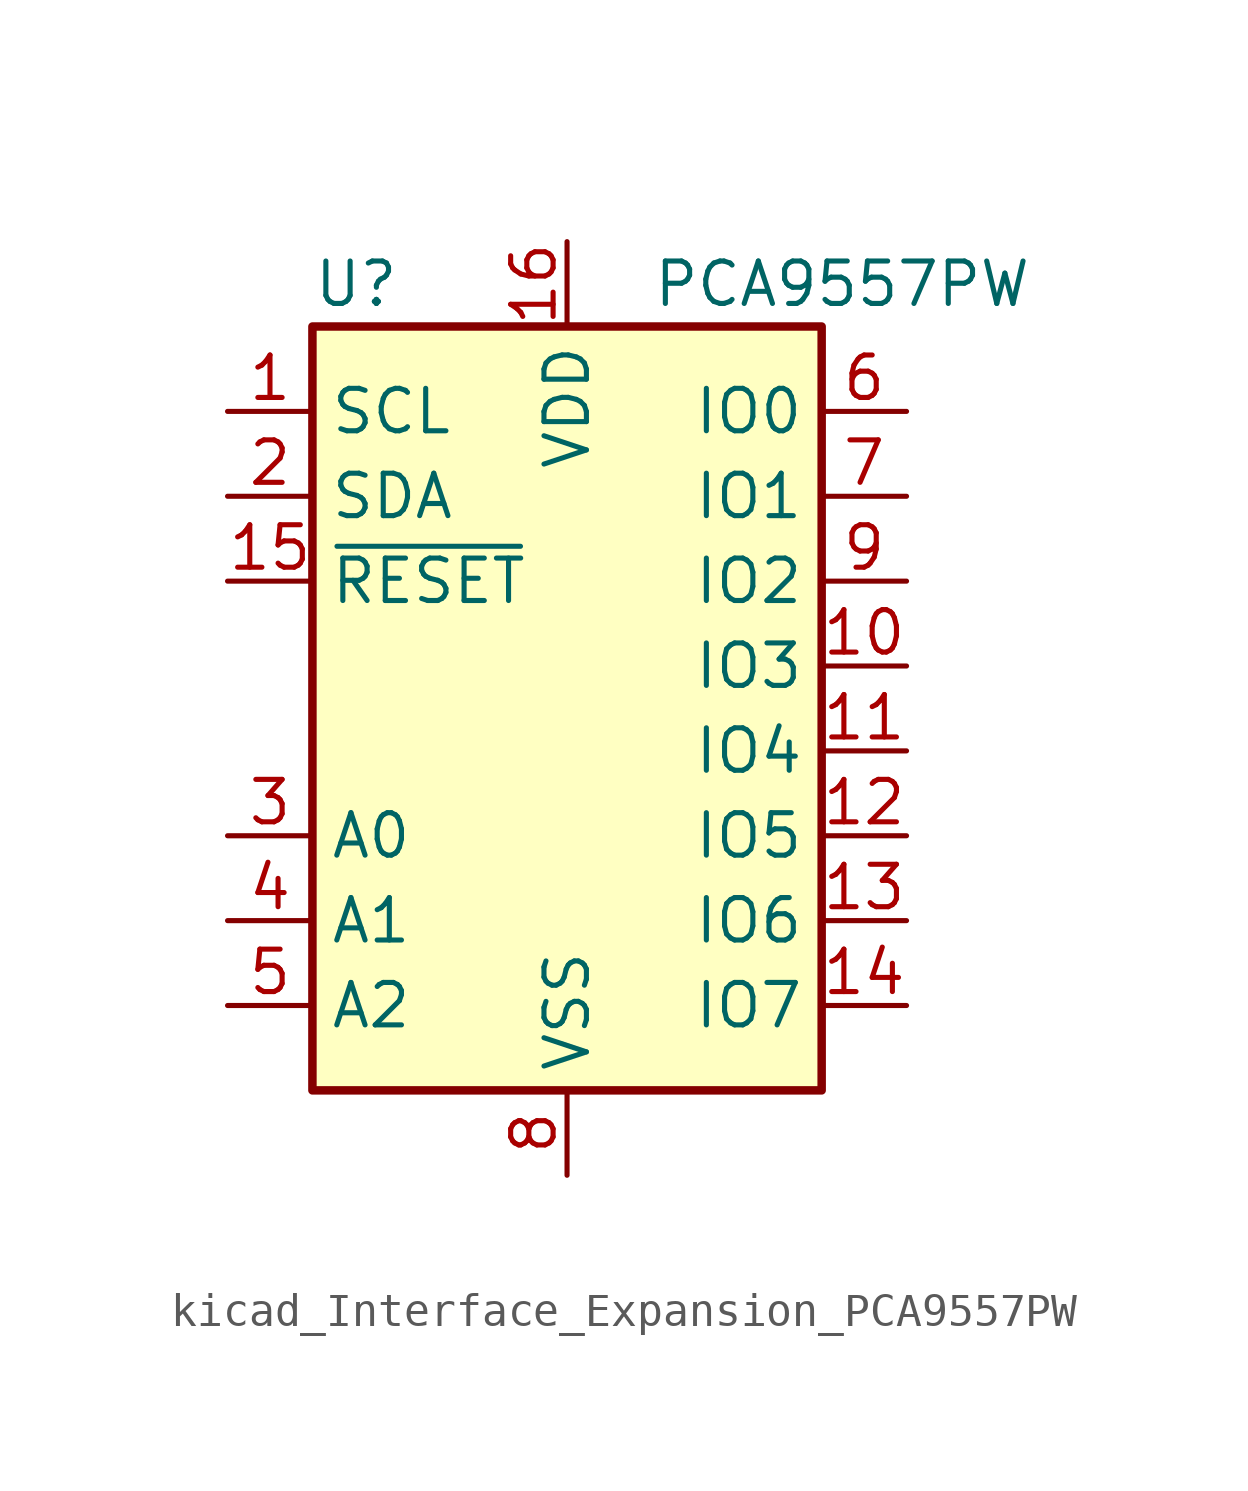
<source format=kicad_sym>
(kicad_symbol_lib
  (version 20220914)
  (generator kicad_symbol_editor)
  (symbol "kicad_Interface_Expansion_PCA9557PW"
    (property "Reference" "U"
      (at -7.62 11.43 0)
      (effects (font (size 1.27 1.27)) (justify left)))
    (property "Value" "PCA9557PW"
      (at 2.54 11.43 0)
      (effects (font (size 1.27 1.27)) (justify left)))
    (symbol "kicad_Interface_Expansion_PCA9557PW_0_1"
      (rectangle (start -7.62 -12.7) (end 7.62 10.16) (stroke (width 0.254) (type default)) (fill (type background))))
    (symbol "kicad_Interface_Expansion_PCA9557PW_1_1"
      (pin input line (at -10.16 7.62 0) (length 2.54) (name "SCL" (effects (font (size 1.27 1.27)))) (number "1" (effects (font (size 1.27 1.27)))))
      (pin bidirectional line (at 10.16 0 180) (length 2.54) (name "IO3" (effects (font (size 1.27 1.27)))) (number "10" (effects (font (size 1.27 1.27)))))
      (pin bidirectional line (at 10.16 -2.54 180) (length 2.54) (name "IO4" (effects (font (size 1.27 1.27)))) (number "11" (effects (font (size 1.27 1.27)))))
      (pin bidirectional line (at 10.16 -5.08 180) (length 2.54) (name "IO5" (effects (font (size 1.27 1.27)))) (number "12" (effects (font (size 1.27 1.27)))))
      (pin bidirectional line (at 10.16 -7.62 180) (length 2.54) (name "IO6" (effects (font (size 1.27 1.27)))) (number "13" (effects (font (size 1.27 1.27)))))
      (pin bidirectional line (at 10.16 -10.16 180) (length 2.54) (name "IO7" (effects (font (size 1.27 1.27)))) (number "14" (effects (font (size 1.27 1.27)))))
      (pin input line (at -10.16 2.54 0) (length 2.54) (name "~{RESET}" (effects (font (size 1.27 1.27)))) (number "15" (effects (font (size 1.27 1.27)))))
      (pin power_in line (at 0 12.7 270) (length 2.54) (name "VDD" (effects (font (size 1.27 1.27)))) (number "16" (effects (font (size 1.27 1.27)))))
      (pin bidirectional line (at -10.16 5.08 0) (length 2.54) (name "SDA" (effects (font (size 1.27 1.27)))) (number "2" (effects (font (size 1.27 1.27)))))
      (pin input line (at -10.16 -5.08 0) (length 2.54) (name "A0" (effects (font (size 1.27 1.27)))) (number "3" (effects (font (size 1.27 1.27)))))
      (pin input line (at -10.16 -7.62 0) (length 2.54) (name "A1" (effects (font (size 1.27 1.27)))) (number "4" (effects (font (size 1.27 1.27)))))
      (pin input line (at -10.16 -10.16 0) (length 2.54) (name "A2" (effects (font (size 1.27 1.27)))) (number "5" (effects (font (size 1.27 1.27)))))
      (pin bidirectional line (at 10.16 7.62 180) (length 2.54) (name "IO0" (effects (font (size 1.27 1.27)))) (number "6" (effects (font (size 1.27 1.27)))))
      (pin bidirectional line (at 10.16 5.08 180) (length 2.54) (name "IO1" (effects (font (size 1.27 1.27)))) (number "7" (effects (font (size 1.27 1.27)))))
      (pin power_in line (at 0 -15.24 90) (length 2.54) (name "VSS" (effects (font (size 1.27 1.27)))) (number "8" (effects (font (size 1.27 1.27)))))
      (pin bidirectional line (at 10.16 2.54 180) (length 2.54) (name "IO2" (effects (font (size 1.27 1.27)))) (number "9" (effects (font (size 1.27 1.27))))))))
</source>
